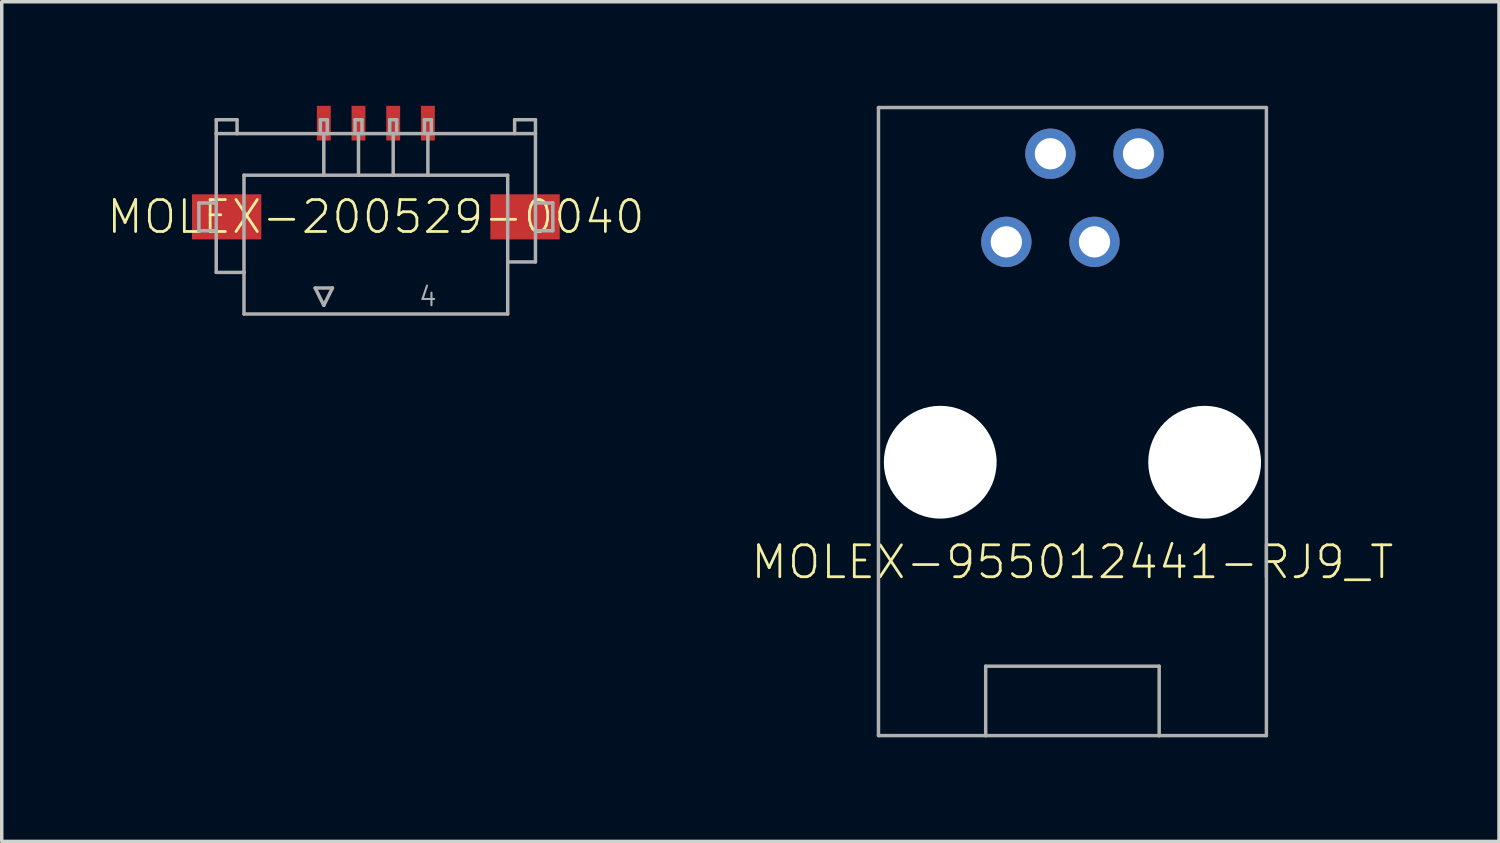
<source format=kicad_pcb>
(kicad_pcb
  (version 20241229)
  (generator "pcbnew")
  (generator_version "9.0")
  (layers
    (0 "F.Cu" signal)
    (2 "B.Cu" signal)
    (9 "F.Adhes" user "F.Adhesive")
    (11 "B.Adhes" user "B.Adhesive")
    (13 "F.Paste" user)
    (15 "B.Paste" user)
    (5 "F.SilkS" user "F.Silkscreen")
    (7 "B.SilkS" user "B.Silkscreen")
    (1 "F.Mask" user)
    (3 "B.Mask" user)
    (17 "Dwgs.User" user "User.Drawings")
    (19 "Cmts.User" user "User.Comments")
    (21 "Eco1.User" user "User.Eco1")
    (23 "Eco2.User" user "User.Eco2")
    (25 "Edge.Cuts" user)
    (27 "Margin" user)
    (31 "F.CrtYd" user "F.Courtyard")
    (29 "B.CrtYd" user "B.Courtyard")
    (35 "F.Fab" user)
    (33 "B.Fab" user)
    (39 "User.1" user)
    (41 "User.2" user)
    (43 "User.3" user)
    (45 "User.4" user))
  (footprint "MOLEX-955012441-RJ9_T"
    (layer "F.Cu")
    (at 27.858 9.091)
    (property "Reference" "MOLEX-955012441-RJ9_T" (at 0 4.059 0) (unlocked yes) (layer "F.SilkS") (effects (font (size 0.92 0.92) (thickness 0.08))))
    (fp_line (start -5.59 -9.041) (end 5.59 -9.041) (stroke (width 0.1) (type solid)) (layer "F.Fab"))
    (fp_line (start -5.59 9.059) (end -5.59 -9.041) (stroke (width 0.1) (type solid)) (layer "F.Fab"))
    (fp_line (start -2.5 7.059) (end 2.5 7.059) (stroke (width 0.1) (type solid)) (layer "F.Fab"))
    (fp_line (start -2.5 9.059) (end -5.59 9.059) (stroke (width 0.1) (type solid)) (layer "F.Fab"))
    (fp_line (start -2.5 9.059) (end -2.5 7.059) (stroke (width 0.1) (type solid)) (layer "F.Fab"))
    (fp_line (start 2.5 7.059) (end 2.5 9.059) (stroke (width 0.1) (type solid)) (layer "F.Fab"))
    (fp_line (start 2.5 9.059) (end -2.5 9.059) (stroke (width 0.1) (type solid)) (layer "F.Fab"))
    (fp_line (start 5.59 -9.041) (end 5.59 9.059) (stroke (width 0.1) (type solid)) (layer "F.Fab"))
    (fp_line (start 5.59 9.059) (end 2.5 9.059) (stroke (width 0.1) (type solid)) (layer "F.Fab"))
    (pad "" np_thru_hole circle (at -3.81 1.18) (size 3.25 3.25) (drill 3.25) (layers "*.Cu" "*.Mask"))
    (pad "" np_thru_hole circle (at 3.81 1.18) (size 3.25 3.25) (drill 3.25) (layers "*.Cu" "*.Mask"))
    (pad "1" thru_hole circle (at -1.905 -5.17) (size 1.45 1.45) (drill 0.9) (layers "*.Cu" "*.Mask"))
    (pad "2" thru_hole circle (at -0.635 -7.71) (size 1.45 1.45) (drill 0.9) (layers "*.Cu" "*.Mask"))
    (pad "3" thru_hole circle (at 0.635 -5.17) (size 1.45 1.45) (drill 0.9) (layers "*.Cu" "*.Mask"))
    (pad "4" thru_hole circle (at 1.905 -7.71) (size 1.45 1.45) (drill 0.9) (layers "*.Cu" "*.Mask")))
  (footprint "MOLEX-200529-0040"
    (layer "F.Cu")
    (at 7.782 0.5)
    (property "Reference" "MOLEX-200529-0040" (at 0 2.7 0) (unlocked yes) (layer "F.SilkS") (effects (font (size 0.92 0.92) (thickness 0.08))))
    (fp_poly (pts (xy -3.3 3.35) (xy -5.3 3.35) (xy -5.3 2.05) (xy -3.3 2.05)) (stroke (width 0) (type default)) (fill yes) (layer "F.Paste"))
    (fp_poly (pts (xy -1.3 0.5) (xy -1.7 0.5) (xy -1.7 -0.5) (xy -1.3 -0.5)) (stroke (width 0) (type default)) (fill yes) (layer "F.Paste"))
    (fp_poly (pts (xy -0.3 0.5) (xy -0.7 0.5) (xy -0.7 -0.5) (xy -0.3 -0.5)) (stroke (width 0) (type default)) (fill yes) (layer "F.Paste"))
    (fp_poly (pts (xy 0.7 0.5) (xy 0.3 0.5) (xy 0.3 -0.5) (xy 0.7 -0.5)) (stroke (width 0) (type default)) (fill yes) (layer "F.Paste"))
    (fp_poly (pts (xy 1.7 0.5) (xy 1.3 0.5) (xy 1.3 -0.5) (xy 1.7 -0.5)) (stroke (width 0) (type default)) (fill yes) (layer "F.Paste"))
    (fp_poly (pts (xy 5.3 3.35) (xy 3.3 3.35) (xy 3.3 2.05) (xy 5.3 2.05)) (stroke (width 0) (type default)) (fill yes) (layer "F.Paste"))
    (fp_poly (pts (xy 5.3 3.35) (xy 3.3 3.35) (xy 3.3 2.05) (xy 5.3 2.05)) (stroke (width 0) (type default)) (fill yes) (layer "F.Paste"))
    (fp_line (start -5.1 2.3) (end -5.1 3.1) (stroke (width 0.1) (type solid)) (layer "F.Fab"))
    (fp_line (start -5.1 3.1) (end -4.6 3.1) (stroke (width 0.1) (type solid)) (layer "F.Fab"))
    (fp_line (start -4.6 -0.1) (end -4 -0.1) (stroke (width 0.1) (type solid)) (layer "F.Fab"))
    (fp_line (start -4.6 0.3) (end -4.6 -0.1) (stroke (width 0.1) (type solid)) (layer "F.Fab"))
    (fp_line (start -4.6 0.3) (end -4.6 2.3) (stroke (width 0.1) (type solid)) (layer "F.Fab"))
    (fp_line (start -4.6 2.3) (end -5.1 2.3) (stroke (width 0.1) (type solid)) (layer "F.Fab"))
    (fp_line (start -4.6 2.3) (end -4.6 3.1) (stroke (width 0.1) (type solid)) (layer "F.Fab"))
    (fp_line (start -4.6 3.1) (end -4.6 4.3) (stroke (width 0.1) (type solid)) (layer "F.Fab"))
    (fp_line (start -4.6 4.3) (end -3.8 4.3) (stroke (width 0.1) (type solid)) (layer "F.Fab"))
    (fp_line (start -4 -0.1) (end -4 0.3) (stroke (width 0.1) (type solid)) (layer "F.Fab"))
    (fp_line (start -4 0.3) (end -4.6 0.3) (stroke (width 0.1) (type solid)) (layer "F.Fab"))
    (fp_line (start -3.8 4.3) (end -3.8 1.5) (stroke (width 0.1) (type solid)) (layer "F.Fab"))
    (fp_line (start -3.8 4.3) (end -3.8 5.5) (stroke (width 0.1) (type solid)) (layer "F.Fab"))
    (fp_line (start -3.8 5.5) (end 3.8 5.5) (stroke (width 0.1) (type solid)) (layer "F.Fab"))
    (fp_line (start -1.75 4.75) (end -1.25 4.75) (stroke (width 0.1) (type solid)) (layer "F.Fab"))
    (fp_line (start -1.6 -0.1) (end -1.4 -0.1) (stroke (width 0.1) (type solid)) (layer "F.Fab"))
    (fp_line (start -1.6 0.3) (end -4 0.3) (stroke (width 0.1) (type solid)) (layer "F.Fab"))
    (fp_line (start -1.6 0.3) (end -1.6 -0.1) (stroke (width 0.1) (type solid)) (layer "F.Fab"))
    (fp_line (start -1.5 0.3) (end -1.6 0.3) (stroke (width 0.1) (type solid)) (layer "F.Fab"))
    (fp_line (start -1.5 0.3) (end -1.5 1.5) (stroke (width 0.1) (type solid)) (layer "F.Fab"))
    (fp_line (start -1.5 1.5) (end -3.8 1.5) (stroke (width 0.1) (type solid)) (layer "F.Fab"))
    (fp_line (start -1.5 5.25) (end -1.75 4.75) (stroke (width 0.1) (type solid)) (layer "F.Fab"))
    (fp_line (start -1.4 -0.1) (end -1.4 0.3) (stroke (width 0.1) (type solid)) (layer "F.Fab"))
    (fp_line (start -1.4 0.3) (end -1.5 0.3) (stroke (width 0.1) (type solid)) (layer "F.Fab"))
    (fp_line (start -1.25 4.75) (end -1.5 5.25) (stroke (width 0.1) (type solid)) (layer "F.Fab"))
    (fp_line (start -0.6 -0.1) (end -0.4 -0.1) (stroke (width 0.1) (type solid)) (layer "F.Fab"))
    (fp_line (start -0.6 0.3) (end -0.6 -0.1) (stroke (width 0.1) (type solid)) (layer "F.Fab"))
    (fp_line (start -0.5 0.3) (end -1.4 0.3) (stroke (width 0.1) (type solid)) (layer "F.Fab"))
    (fp_line (start -0.5 0.3) (end -0.5 1.5) (stroke (width 0.1) (type solid)) (layer "F.Fab"))
    (fp_line (start -0.5 1.5) (end -1.5 1.5) (stroke (width 0.1) (type solid)) (layer "F.Fab"))
    (fp_line (start -0.4 -0.1) (end -0.4 0.3) (stroke (width 0.1) (type solid)) (layer "F.Fab"))
    (fp_line (start 0.4 -0.1) (end 0.6 -0.1) (stroke (width 0.1) (type solid)) (layer "F.Fab"))
    (fp_line (start 0.4 0.3) (end 0.4 -0.1) (stroke (width 0.1) (type solid)) (layer "F.Fab"))
    (fp_line (start 0.5 0.3) (end -0.5 0.3) (stroke (width 0.1) (type solid)) (layer "F.Fab"))
    (fp_line (start 0.5 0.3) (end 0.5 1.5) (stroke (width 0.1) (type solid)) (layer "F.Fab"))
    (fp_line (start 0.5 1.5) (end -0.5 1.5) (stroke (width 0.1) (type solid)) (layer "F.Fab"))
    (fp_line (start 0.6 -0.1) (end 0.6 0.3) (stroke (width 0.1) (type solid)) (layer "F.Fab"))
    (fp_line (start 1.4 -0.1) (end 1.6 -0.1) (stroke (width 0.1) (type solid)) (layer "F.Fab"))
    (fp_line (start 1.4 0.3) (end 1.4 -0.1) (stroke (width 0.1) (type solid)) (layer "F.Fab"))
    (fp_line (start 1.5 0.3) (end 0.5 0.3) (stroke (width 0.1) (type solid)) (layer "F.Fab"))
    (fp_line (start 1.5 0.3) (end 1.5 1.5) (stroke (width 0.1) (type solid)) (layer "F.Fab"))
    (fp_line (start 1.5 1.5) (end 0.5 1.5) (stroke (width 0.1) (type solid)) (layer "F.Fab"))
    (fp_line (start 1.6 -0.1) (end 1.6 0.3) (stroke (width 0.1) (type solid)) (layer "F.Fab"))
    (fp_line (start 3.8 1.5) (end 1.5 1.5) (stroke (width 0.1) (type solid)) (layer "F.Fab"))
    (fp_line (start 3.8 4) (end 3.8 1.5) (stroke (width 0.1) (type solid)) (layer "F.Fab"))
    (fp_line (start 3.8 4) (end 4.6 4) (stroke (width 0.1) (type solid)) (layer "F.Fab"))
    (fp_line (start 3.8 5.5) (end 3.8 4) (stroke (width 0.1) (type solid)) (layer "F.Fab"))
    (fp_line (start 4 -0.1) (end 4.6 -0.1) (stroke (width 0.1) (type solid)) (layer "F.Fab"))
    (fp_line (start 4 0.3) (end 4 -0.1) (stroke (width 0.1) (type solid)) (layer "F.Fab"))
    (fp_line (start 4.6 -0.1) (end 4.6 0.3) (stroke (width 0.1) (type solid)) (layer "F.Fab"))
    (fp_line (start 4.6 0.3) (end 1.5 0.3) (stroke (width 0.1) (type solid)) (layer "F.Fab"))
    (fp_line (start 4.6 3.1) (end 5.1 3.1) (stroke (width 0.1) (type solid)) (layer "F.Fab"))
    (fp_line (start 4.6 4) (end 4.6 0.3) (stroke (width 0.1) (type solid)) (layer "F.Fab"))
    (fp_line (start 5.1 2.3) (end 4.6 2.3) (stroke (width 0.1) (type solid)) (layer "F.Fab"))
    (fp_line (start 5.1 3.1) (end 5.1 2.3) (stroke (width 0.1) (type solid)) (layer "F.Fab"))
    (fp_text user "4" (at 1.5 5 0) (layer "F.Fab") (effects (font (size 0.54 0.54) (thickness 0.06))))
    (pad "1" smd rect (at -1.5 0) (size 0.4 1) (layers "F.Cu" "F.Mask"))
    (pad "2" smd rect (at -0.5 0) (size 0.4 1) (layers "F.Cu" "F.Mask"))
    (pad "3" smd rect (at 0.5 0) (size 0.4 1) (layers "F.Cu" "F.Mask"))
    (pad "4" smd rect (at 1.5 0) (size 0.4 1) (layers "F.Cu" "F.Mask"))
    (pad "S1" smd rect (at -4.3 2.7) (size 2 1.3) (layers "F.Cu" "F.Mask"))
    (pad "S2" smd rect (at 4.3 2.7) (size 2 1.3) (layers "F.Cu" "F.Mask")))
  (gr_rect
    (start -3 -3)
    (end 40.152 21.2)
    (stroke (width 0.1) (type default))
    (fill no)
    (layer "Edge.Cuts")))
</source>
